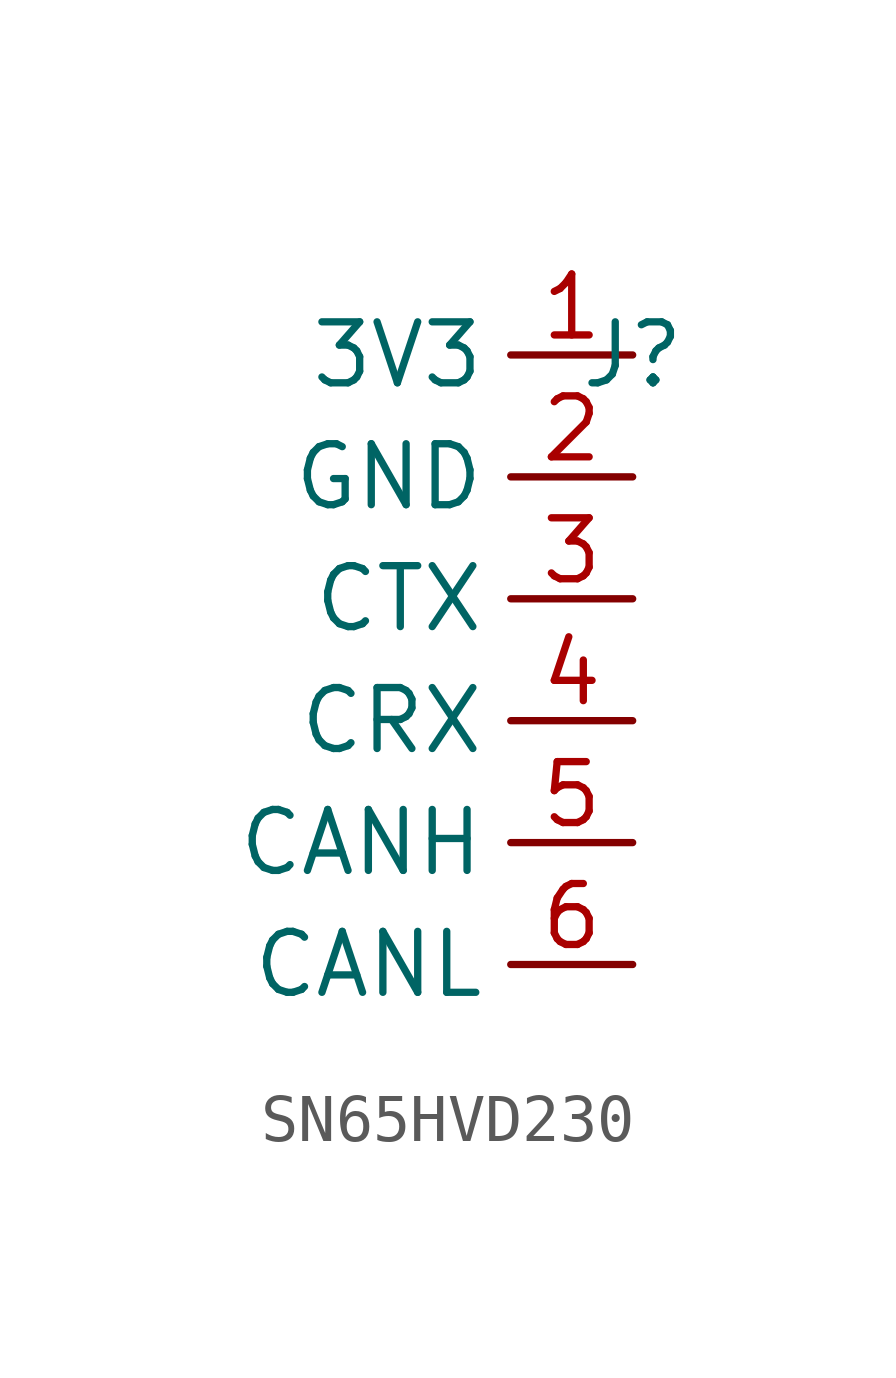
<source format=kicad_sym>
(kicad_symbol_lib
  (version 20241209)
  (generator "kicad_symbol_editor")
  (generator_version "9.0")
  (symbol "SN65HVD230"
    (property "Reference" "J"
      (at 0 0 0)
      (effects (font (size 1.27 1.27))))
    (property "Value" ""
      (at 0 0 0)
      (effects (font (size 1.27 1.27))))
    (symbol "SN65HVD230_0_0"
      (pin passive line (at 0 0 180) (length 2.54) (name "3V3" (effects (font (size 1.27 1.27)))) (number "1" (effects (font (size 1.27 1.27)))))
      (pin passive line (at 0 -2.54 180) (length 2.54) (name "GND" (effects (font (size 1.27 1.27)))) (number "2" (effects (font (size 1.27 1.27)))))
      (pin passive line (at 0 -5.08 180) (length 2.54) (name "CTX" (effects (font (size 1.27 1.27)))) (number "3" (effects (font (size 1.27 1.27)))))
      (pin passive line (at 0 -7.62 180) (length 2.54) (name "CRX" (effects (font (size 1.27 1.27)))) (number "4" (effects (font (size 1.27 1.27)))))
      (pin passive line (at 0 -10.16 180) (length 2.54) (name "CANH" (effects (font (size 1.27 1.27)))) (number "5" (effects (font (size 1.27 1.27)))))
      (pin passive line (at 0 -12.7 180) (length 2.54) (name "CANL" (effects (font (size 1.27 1.27)))) (number "6" (effects (font (size 1.27 1.27))))))))
</source>
